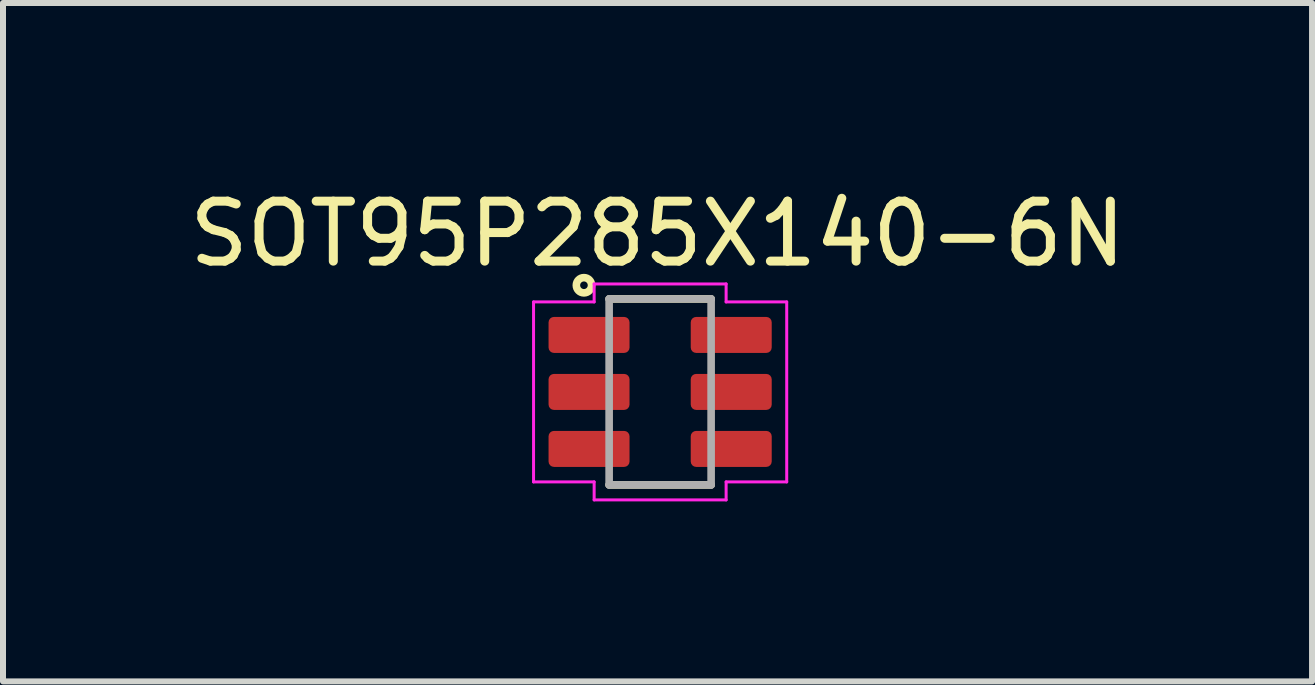
<source format=kicad_pcb>
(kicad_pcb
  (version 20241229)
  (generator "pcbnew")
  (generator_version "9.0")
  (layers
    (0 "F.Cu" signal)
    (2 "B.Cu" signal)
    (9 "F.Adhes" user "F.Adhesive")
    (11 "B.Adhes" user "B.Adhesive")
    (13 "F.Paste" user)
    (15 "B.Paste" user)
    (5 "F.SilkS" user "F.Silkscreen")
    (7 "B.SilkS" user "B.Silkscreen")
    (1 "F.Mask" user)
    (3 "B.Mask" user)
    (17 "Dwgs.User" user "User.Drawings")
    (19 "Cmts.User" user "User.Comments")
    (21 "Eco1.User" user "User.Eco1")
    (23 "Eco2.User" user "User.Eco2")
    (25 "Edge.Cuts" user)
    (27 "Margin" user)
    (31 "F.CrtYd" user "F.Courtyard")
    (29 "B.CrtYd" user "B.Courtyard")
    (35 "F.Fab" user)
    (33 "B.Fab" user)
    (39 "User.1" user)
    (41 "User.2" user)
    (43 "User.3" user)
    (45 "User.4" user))
  (footprint "SOT95P285X140-6N"
    (layer "F.Cu")
    (at 7.954 3.483)
    (property "Reference" "SOT95P285X140-6N" (at -0.043 -2.635 0) (layer "F.SilkS") (effects (font (size 1 1) (thickness 0.15))))
    (attr through_hole)
    (fp_line (start -0.85 -1.55) (end 0.85 -1.55) (stroke (width 0.127) (type solid)) (layer "F.SilkS"))
    (fp_line (start -0.85 1.55) (end 0.85 1.55) (stroke (width 0.127) (type solid)) (layer "F.SilkS"))
    (fp_circle (center -1.27 -1.778) (end -1.143 -1.778) (stroke (width 0.127) (type solid)) (fill no) (layer "F.SilkS"))
    (fp_line (start -2.11 -1.5) (end -1.1 -1.5) (stroke (width 0.05) (type solid)) (layer "F.CrtYd"))
    (fp_line (start -2.11 1.5) (end -2.11 -1.5) (stroke (width 0.05) (type solid)) (layer "F.CrtYd"))
    (fp_line (start -1.1 -1.8) (end 1.1 -1.8) (stroke (width 0.05) (type solid)) (layer "F.CrtYd"))
    (fp_line (start -1.1 -1.5) (end -1.1 -1.8) (stroke (width 0.05) (type solid)) (layer "F.CrtYd"))
    (fp_line (start -1.1 1.5) (end -2.11 1.5) (stroke (width 0.05) (type solid)) (layer "F.CrtYd"))
    (fp_line (start -1.1 1.8) (end -1.1 1.5) (stroke (width 0.05) (type solid)) (layer "F.CrtYd"))
    (fp_line (start 1.1 -1.8) (end 1.1 -1.5) (stroke (width 0.05) (type solid)) (layer "F.CrtYd"))
    (fp_line (start 1.1 -1.5) (end 2.11 -1.5) (stroke (width 0.05) (type solid)) (layer "F.CrtYd"))
    (fp_line (start 1.1 1.5) (end 1.1 1.8) (stroke (width 0.05) (type solid)) (layer "F.CrtYd"))
    (fp_line (start 1.1 1.8) (end -1.1 1.8) (stroke (width 0.05) (type solid)) (layer "F.CrtYd"))
    (fp_line (start 2.11 -1.5) (end 2.11 1.5) (stroke (width 0.05) (type solid)) (layer "F.CrtYd"))
    (fp_line (start 2.11 1.5) (end 1.1 1.5) (stroke (width 0.05) (type solid)) (layer "F.CrtYd"))
    (fp_line (start -0.85 -1.55) (end -0.85 1.55) (stroke (width 0.127) (type solid)) (layer "F.Fab"))
    (fp_line (start -0.85 1.55) (end 0.85 1.55) (stroke (width 0.127) (type solid)) (layer "F.Fab"))
    (fp_line (start 0.85 -1.55) (end -0.85 -1.55) (stroke (width 0.127) (type solid)) (layer "F.Fab"))
    (fp_line (start 0.85 1.55) (end 0.85 -1.55) (stroke (width 0.127) (type solid)) (layer "F.Fab"))
    (pad "1" smd roundrect (at -1.185 -0.95) (size 1.35 0.6) (layers "F.Cu" "F.Mask" "F.Paste") (roundrect_rratio 0.15))
    (pad "2" smd roundrect (at -1.185 0) (size 1.35 0.6) (layers "F.Cu" "F.Mask" "F.Paste") (roundrect_rratio 0.15))
    (pad "3" smd roundrect (at -1.185 0.95) (size 1.35 0.6) (layers "F.Cu" "F.Mask" "F.Paste") (roundrect_rratio 0.15))
    (pad "4" smd roundrect (at 1.185 0.95) (size 1.35 0.6) (layers "F.Cu" "F.Mask" "F.Paste") (roundrect_rratio 0.15))
    (pad "5" smd roundrect (at 1.185 0) (size 1.35 0.6) (layers "F.Cu" "F.Mask" "F.Paste") (roundrect_rratio 0.15))
    (pad "6" smd roundrect (at 1.185 -0.95) (size 1.35 0.6) (layers "F.Cu" "F.Mask" "F.Paste") (roundrect_rratio 0.15)))
  (gr_rect
    (start -3 -3)
    (end 18.821 8.308)
    (stroke (width 0.1) (type default))
    (fill no)
    (layer "Edge.Cuts")))
</source>
